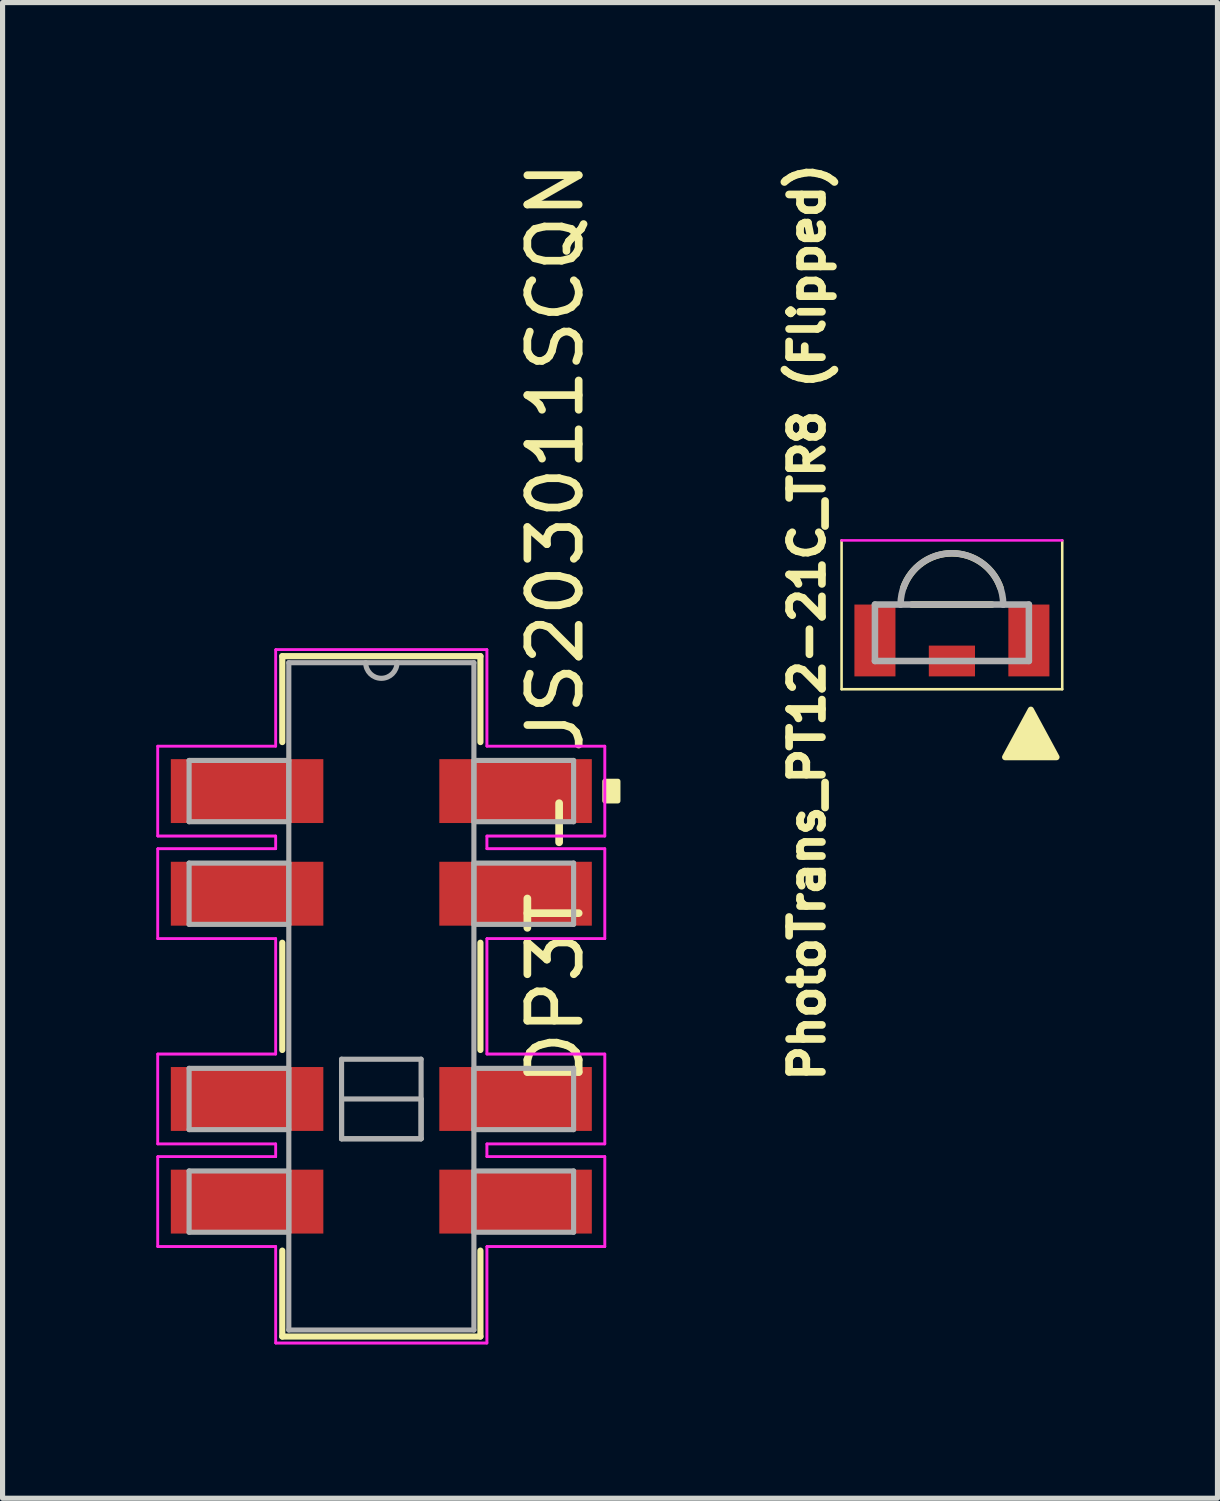
<source format=kicad_pcb>
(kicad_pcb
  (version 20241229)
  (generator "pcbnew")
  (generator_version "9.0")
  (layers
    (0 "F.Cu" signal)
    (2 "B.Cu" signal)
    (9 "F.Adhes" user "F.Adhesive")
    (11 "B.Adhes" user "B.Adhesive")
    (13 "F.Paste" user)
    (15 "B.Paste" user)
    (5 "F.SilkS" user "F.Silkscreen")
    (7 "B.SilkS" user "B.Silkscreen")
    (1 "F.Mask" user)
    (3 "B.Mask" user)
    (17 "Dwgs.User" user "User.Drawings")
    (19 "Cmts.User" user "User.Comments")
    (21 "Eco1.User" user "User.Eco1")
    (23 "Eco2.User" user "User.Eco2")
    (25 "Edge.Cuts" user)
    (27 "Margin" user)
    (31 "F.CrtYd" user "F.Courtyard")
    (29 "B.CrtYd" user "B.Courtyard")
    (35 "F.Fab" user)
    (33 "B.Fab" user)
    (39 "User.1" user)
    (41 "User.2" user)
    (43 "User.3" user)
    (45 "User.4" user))
  (footprint "PhotoTrans_PT12-21C_TR8 (Flipped)"
    (layer "F.Cu")
    (at 16.7 9.431)
    (property "Reference" "PhotoTrans_PT12-21C_TR8 (Flipped)" (at -4.021 -0.356 270) (layer "F.SilkS") (effects (font (size 0.64 0.64) (thickness 0.15))))
    (attr through_hole)
    (fp_line (start -3.35 0.95) (end -3.35 -1.95) (stroke (width 0.05) (type solid)) (layer "F.SilkS"))
    (fp_line (start -1.98 -0.7) (end -0.42 -0.7) (stroke (width 0.127) (type solid)) (layer "F.SilkS"))
    (fp_line (start 0.95 -1.95) (end 0.95 0.95) (stroke (width 0.05) (type solid)) (layer "F.SilkS"))
    (fp_line (start 0.95 0.95) (end -3.35 0.95) (stroke (width 0.05) (type solid)) (layer "F.SilkS"))
    (fp_arc (start -2.145 -1.03) (mid -1.2 -1.69786) (end -0.255 -1.03) (stroke (width 0.127) (type solid)) (layer "F.SilkS"))
    (fp_poly (pts (xy -0.163 2.274) (xy 0.838 2.274) (xy 0.338 1.349)) (stroke (width 0.12) (type solid)) (fill yes) (layer "F.SilkS"))
    (fp_line (start -3.35 -1.95) (end 0.95 -1.95) (stroke (width 0.05) (type solid)) (layer "F.CrtYd"))
    (fp_line (start -2.7 -0.7) (end -2.2 -0.7) (stroke (width 0.127) (type solid)) (layer "F.Fab"))
    (fp_line (start -2.7 0.4) (end -2.7 -0.7) (stroke (width 0.127) (type solid)) (layer "F.Fab"))
    (fp_line (start -2.2 -0.7) (end -0.2 -0.7) (stroke (width 0.127) (type solid)) (layer "F.Fab"))
    (fp_line (start -0.2 -0.7) (end 0.3 -0.7) (stroke (width 0.127) (type solid)) (layer "F.Fab"))
    (fp_line (start 0.3 -0.7) (end 0.3 0.4) (stroke (width 0.127) (type solid)) (layer "F.Fab"))
    (fp_line (start 0.3 0.4) (end -2.7 0.4) (stroke (width 0.127) (type solid)) (layer "F.Fab"))
    (fp_arc (start -2.2 -0.7) (mid -1.2 -1.7) (end -0.2 -0.7) (stroke (width 0.127) (type solid)) (layer "F.Fab"))
    (pad "C" smd rect (at 0.3 0) (size 0.8 1.4) (layers "F.Cu" "F.Mask" "F.Paste"))
    (pad "E" smd rect (at -2.7 0) (size 0.8 1.4) (layers "F.Cu" "F.Mask" "F.Paste"))
    (pad "P1" smd rect (at -1.2 0.4) (size 0.9 0.6) (layers "F.Cu" "F.Mask" "F.Paste")))
  (footprint "DP3T - JS203011SCQN"
    (layer "F.Cu")
    (at 1.765 12.366)
    (property "Reference" "DP3T - JS203011SCQN" (at 6.007 -3.264 90) (layer "F.SilkS") (effects (font (size 1 1) (thickness 0.15))))
    (attr through_hole)
    (fp_line (start 0.686 -2.629) (end 0.686 -0.955) (stroke (width 0.12) (type solid)) (layer "F.SilkS"))
    (fp_line (start 0.686 2.955) (end 0.686 5.045) (stroke (width 0.12) (type solid)) (layer "F.SilkS"))
    (fp_line (start 0.686 8.955) (end 0.686 10.629) (stroke (width 0.12) (type solid)) (layer "F.SilkS"))
    (fp_line (start 0.686 10.629) (end 4.547 10.629) (stroke (width 0.12) (type solid)) (layer "F.SilkS"))
    (fp_line (start 4.547 -2.629) (end 0.686 -2.629) (stroke (width 0.12) (type solid)) (layer "F.SilkS"))
    (fp_line (start 4.547 -0.955) (end 4.547 -2.629) (stroke (width 0.12) (type solid)) (layer "F.SilkS"))
    (fp_line (start 4.547 5.045) (end 4.547 2.955) (stroke (width 0.12) (type solid)) (layer "F.SilkS"))
    (fp_line (start 4.547 10.629) (end 4.547 8.955) (stroke (width 0.12) (type solid)) (layer "F.SilkS"))
    (fp_poly (pts (xy 7.226 -0.191) (xy 7.226 0.191) (xy 6.972 0.191) (xy 6.972 -0.191)) (stroke (width 0.1) (type solid)) (fill yes) (layer "F.SilkS"))
    (fp_line (start -1.74 -0.876) (end -1.74 0.876) (stroke (width 0.05) (type solid)) (layer "F.CrtYd"))
    (fp_line (start -1.74 -0.876) (end -1.74 0.876) (stroke (width 0.05) (type solid)) (layer "F.CrtYd"))
    (fp_line (start -1.74 0.876) (end 0.559 0.876) (stroke (width 0.05) (type solid)) (layer "F.CrtYd"))
    (fp_line (start -1.74 0.876) (end 0.559 0.876) (stroke (width 0.05) (type solid)) (layer "F.CrtYd"))
    (fp_line (start -1.74 1.124) (end -1.74 2.876) (stroke (width 0.05) (type solid)) (layer "F.CrtYd"))
    (fp_line (start -1.74 1.124) (end -1.74 2.876) (stroke (width 0.05) (type solid)) (layer "F.CrtYd"))
    (fp_line (start -1.74 2.876) (end 0.559 2.876) (stroke (width 0.05) (type solid)) (layer "F.CrtYd"))
    (fp_line (start -1.74 2.876) (end 0.559 2.876) (stroke (width 0.05) (type solid)) (layer "F.CrtYd"))
    (fp_line (start -1.74 5.124) (end -1.74 6.876) (stroke (width 0.05) (type solid)) (layer "F.CrtYd"))
    (fp_line (start -1.74 5.124) (end -1.74 6.876) (stroke (width 0.05) (type solid)) (layer "F.CrtYd"))
    (fp_line (start -1.74 6.876) (end 0.559 6.876) (stroke (width 0.05) (type solid)) (layer "F.CrtYd"))
    (fp_line (start -1.74 6.876) (end 0.559 6.876) (stroke (width 0.05) (type solid)) (layer "F.CrtYd"))
    (fp_line (start -1.74 7.124) (end -1.74 8.876) (stroke (width 0.05) (type solid)) (layer "F.CrtYd"))
    (fp_line (start -1.74 7.124) (end -1.74 8.876) (stroke (width 0.05) (type solid)) (layer "F.CrtYd"))
    (fp_line (start -1.74 8.876) (end 0.559 8.876) (stroke (width 0.05) (type solid)) (layer "F.CrtYd"))
    (fp_line (start -1.74 8.876) (end 0.559 8.876) (stroke (width 0.05) (type solid)) (layer "F.CrtYd"))
    (fp_line (start 0.559 -2.756) (end 0.559 -0.876) (stroke (width 0.05) (type solid)) (layer "F.CrtYd"))
    (fp_line (start 0.559 -2.756) (end 0.559 -0.876) (stroke (width 0.05) (type solid)) (layer "F.CrtYd"))
    (fp_line (start 0.559 -0.876) (end -1.74 -0.876) (stroke (width 0.05) (type solid)) (layer "F.CrtYd"))
    (fp_line (start 0.559 -0.876) (end -1.74 -0.876) (stroke (width 0.05) (type solid)) (layer "F.CrtYd"))
    (fp_line (start 0.559 0.876) (end 0.559 1.124) (stroke (width 0.05) (type solid)) (layer "F.CrtYd"))
    (fp_line (start 0.559 0.876) (end 0.559 1.124) (stroke (width 0.05) (type solid)) (layer "F.CrtYd"))
    (fp_line (start 0.559 1.124) (end -1.74 1.124) (stroke (width 0.05) (type solid)) (layer "F.CrtYd"))
    (fp_line (start 0.559 1.124) (end -1.74 1.124) (stroke (width 0.05) (type solid)) (layer "F.CrtYd"))
    (fp_line (start 0.559 2.876) (end 0.559 5.124) (stroke (width 0.05) (type solid)) (layer "F.CrtYd"))
    (fp_line (start 0.559 2.876) (end 0.559 5.124) (stroke (width 0.05) (type solid)) (layer "F.CrtYd"))
    (fp_line (start 0.559 5.124) (end -1.74 5.124) (stroke (width 0.05) (type solid)) (layer "F.CrtYd"))
    (fp_line (start 0.559 5.124) (end -1.74 5.124) (stroke (width 0.05) (type solid)) (layer "F.CrtYd"))
    (fp_line (start 0.559 6.876) (end 0.559 7.124) (stroke (width 0.05) (type solid)) (layer "F.CrtYd"))
    (fp_line (start 0.559 6.876) (end 0.559 7.124) (stroke (width 0.05) (type solid)) (layer "F.CrtYd"))
    (fp_line (start 0.559 7.124) (end -1.74 7.124) (stroke (width 0.05) (type solid)) (layer "F.CrtYd"))
    (fp_line (start 0.559 7.124) (end -1.74 7.124) (stroke (width 0.05) (type solid)) (layer "F.CrtYd"))
    (fp_line (start 0.559 8.876) (end 0.559 10.756) (stroke (width 0.05) (type solid)) (layer "F.CrtYd"))
    (fp_line (start 0.559 8.876) (end 0.559 10.756) (stroke (width 0.05) (type solid)) (layer "F.CrtYd"))
    (fp_line (start 0.559 10.756) (end 4.674 10.756) (stroke (width 0.05) (type solid)) (layer "F.CrtYd"))
    (fp_line (start 0.559 10.756) (end 4.674 10.756) (stroke (width 0.05) (type solid)) (layer "F.CrtYd"))
    (fp_line (start 4.674 -2.756) (end 0.559 -2.756) (stroke (width 0.05) (type solid)) (layer "F.CrtYd"))
    (fp_line (start 4.674 -2.756) (end 0.559 -2.756) (stroke (width 0.05) (type solid)) (layer "F.CrtYd"))
    (fp_line (start 4.674 -0.876) (end 4.674 -2.756) (stroke (width 0.05) (type solid)) (layer "F.CrtYd"))
    (fp_line (start 4.674 -0.876) (end 4.674 -2.756) (stroke (width 0.05) (type solid)) (layer "F.CrtYd"))
    (fp_line (start 4.674 0.876) (end 6.972 0.876) (stroke (width 0.05) (type solid)) (layer "F.CrtYd"))
    (fp_line (start 4.674 0.876) (end 6.972 0.876) (stroke (width 0.05) (type solid)) (layer "F.CrtYd"))
    (fp_line (start 4.674 1.124) (end 4.674 0.876) (stroke (width 0.05) (type solid)) (layer "F.CrtYd"))
    (fp_line (start 4.674 1.124) (end 4.674 0.876) (stroke (width 0.05) (type solid)) (layer "F.CrtYd"))
    (fp_line (start 4.674 2.876) (end 6.972 2.876) (stroke (width 0.05) (type solid)) (layer "F.CrtYd"))
    (fp_line (start 4.674 2.876) (end 6.972 2.876) (stroke (width 0.05) (type solid)) (layer "F.CrtYd"))
    (fp_line (start 4.674 5.124) (end 4.674 2.876) (stroke (width 0.05) (type solid)) (layer "F.CrtYd"))
    (fp_line (start 4.674 5.124) (end 4.674 2.876) (stroke (width 0.05) (type solid)) (layer "F.CrtYd"))
    (fp_line (start 4.674 6.876) (end 6.972 6.876) (stroke (width 0.05) (type solid)) (layer "F.CrtYd"))
    (fp_line (start 4.674 6.876) (end 6.972 6.876) (stroke (width 0.05) (type solid)) (layer "F.CrtYd"))
    (fp_line (start 4.674 7.124) (end 4.674 6.876) (stroke (width 0.05) (type solid)) (layer "F.CrtYd"))
    (fp_line (start 4.674 7.124) (end 4.674 6.876) (stroke (width 0.05) (type solid)) (layer "F.CrtYd"))
    (fp_line (start 4.674 8.876) (end 6.972 8.876) (stroke (width 0.05) (type solid)) (layer "F.CrtYd"))
    (fp_line (start 4.674 8.876) (end 6.972 8.876) (stroke (width 0.05) (type solid)) (layer "F.CrtYd"))
    (fp_line (start 4.674 10.756) (end 4.674 8.876) (stroke (width 0.05) (type solid)) (layer "F.CrtYd"))
    (fp_line (start 4.674 10.756) (end 4.674 8.876) (stroke (width 0.05) (type solid)) (layer "F.CrtYd"))
    (fp_line (start 6.972 -0.876) (end 4.674 -0.876) (stroke (width 0.05) (type solid)) (layer "F.CrtYd"))
    (fp_line (start 6.972 -0.876) (end 4.674 -0.876) (stroke (width 0.05) (type solid)) (layer "F.CrtYd"))
    (fp_line (start 6.972 0.876) (end 6.972 -0.876) (stroke (width 0.05) (type solid)) (layer "F.CrtYd"))
    (fp_line (start 6.972 0.876) (end 6.972 -0.876) (stroke (width 0.05) (type solid)) (layer "F.CrtYd"))
    (fp_line (start 6.972 1.124) (end 4.674 1.124) (stroke (width 0.05) (type solid)) (layer "F.CrtYd"))
    (fp_line (start 6.972 1.124) (end 4.674 1.124) (stroke (width 0.05) (type solid)) (layer "F.CrtYd"))
    (fp_line (start 6.972 2.876) (end 6.972 1.124) (stroke (width 0.05) (type solid)) (layer "F.CrtYd"))
    (fp_line (start 6.972 2.876) (end 6.972 1.124) (stroke (width 0.05) (type solid)) (layer "F.CrtYd"))
    (fp_line (start 6.972 5.124) (end 4.674 5.124) (stroke (width 0.05) (type solid)) (layer "F.CrtYd"))
    (fp_line (start 6.972 5.124) (end 4.674 5.124) (stroke (width 0.05) (type solid)) (layer "F.CrtYd"))
    (fp_line (start 6.972 6.876) (end 6.972 5.124) (stroke (width 0.05) (type solid)) (layer "F.CrtYd"))
    (fp_line (start 6.972 6.876) (end 6.972 5.124) (stroke (width 0.05) (type solid)) (layer "F.CrtYd"))
    (fp_line (start 6.972 7.124) (end 4.674 7.124) (stroke (width 0.05) (type solid)) (layer "F.CrtYd"))
    (fp_line (start 6.972 7.124) (end 4.674 7.124) (stroke (width 0.05) (type solid)) (layer "F.CrtYd"))
    (fp_line (start 6.972 8.876) (end 6.972 7.124) (stroke (width 0.05) (type solid)) (layer "F.CrtYd"))
    (fp_line (start 6.972 8.876) (end 6.972 7.124) (stroke (width 0.05) (type solid)) (layer "F.CrtYd"))
    (fp_line (start -1.13 -0.597) (end -1.13 0.597) (stroke (width 0.1) (type solid)) (layer "F.Fab"))
    (fp_line (start -1.13 0.597) (end 0.813 0.597) (stroke (width 0.1) (type solid)) (layer "F.Fab"))
    (fp_line (start -1.13 1.403) (end -1.13 2.597) (stroke (width 0.1) (type solid)) (layer "F.Fab"))
    (fp_line (start -1.13 2.597) (end 0.813 2.597) (stroke (width 0.1) (type solid)) (layer "F.Fab"))
    (fp_line (start -1.13 5.403) (end -1.13 6.597) (stroke (width 0.1) (type solid)) (layer "F.Fab"))
    (fp_line (start -1.13 6.597) (end 0.813 6.597) (stroke (width 0.1) (type solid)) (layer "F.Fab"))
    (fp_line (start -1.13 7.403) (end -1.13 8.597) (stroke (width 0.1) (type solid)) (layer "F.Fab"))
    (fp_line (start -1.13 8.597) (end 0.813 8.597) (stroke (width 0.1) (type solid)) (layer "F.Fab"))
    (fp_line (start 0.813 -2.502) (end 0.813 10.502) (stroke (width 0.1) (type solid)) (layer "F.Fab"))
    (fp_line (start 0.813 -0.597) (end -1.13 -0.597) (stroke (width 0.1) (type solid)) (layer "F.Fab"))
    (fp_line (start 0.813 0.597) (end 0.813 -0.597) (stroke (width 0.1) (type solid)) (layer "F.Fab"))
    (fp_line (start 0.813 1.403) (end -1.13 1.403) (stroke (width 0.1) (type solid)) (layer "F.Fab"))
    (fp_line (start 0.813 2.597) (end 0.813 1.403) (stroke (width 0.1) (type solid)) (layer "F.Fab"))
    (fp_line (start 0.813 5.403) (end -1.13 5.403) (stroke (width 0.1) (type solid)) (layer "F.Fab"))
    (fp_line (start 0.813 6.597) (end 0.813 5.403) (stroke (width 0.1) (type solid)) (layer "F.Fab"))
    (fp_line (start 0.813 7.403) (end -1.13 7.403) (stroke (width 0.1) (type solid)) (layer "F.Fab"))
    (fp_line (start 0.813 8.597) (end 0.813 7.403) (stroke (width 0.1) (type solid)) (layer "F.Fab"))
    (fp_line (start 0.813 10.502) (end 4.42 10.502) (stroke (width 0.1) (type solid)) (layer "F.Fab"))
    (fp_line (start 1.841 5.225) (end 3.391 5.225) (stroke (width 0.1) (type solid)) (layer "F.Fab"))
    (fp_line (start 1.841 6) (end 3.391 6) (stroke (width 0.1) (type solid)) (layer "F.Fab"))
    (fp_line (start 1.841 6.775) (end 1.841 5.225) (stroke (width 0.1) (type solid)) (layer "F.Fab"))
    (fp_line (start 1.841 6.775) (end 1.841 6) (stroke (width 0.1) (type solid)) (layer "F.Fab"))
    (fp_line (start 3.391 5.225) (end 3.391 6.775) (stroke (width 0.1) (type solid)) (layer "F.Fab"))
    (fp_line (start 3.391 6) (end 3.391 6.775) (stroke (width 0.1) (type solid)) (layer "F.Fab"))
    (fp_line (start 3.391 6.775) (end 1.841 6.775) (stroke (width 0.1) (type solid)) (layer "F.Fab"))
    (fp_line (start 3.391 6.775) (end 1.841 6.775) (stroke (width 0.1) (type solid)) (layer "F.Fab"))
    (fp_line (start 4.42 -2.502) (end 0.813 -2.502) (stroke (width 0.1) (type solid)) (layer "F.Fab"))
    (fp_line (start 4.42 -0.597) (end 4.42 0.597) (stroke (width 0.1) (type solid)) (layer "F.Fab"))
    (fp_line (start 4.42 0.597) (end 6.363 0.597) (stroke (width 0.1) (type solid)) (layer "F.Fab"))
    (fp_line (start 4.42 1.403) (end 4.42 2.597) (stroke (width 0.1) (type solid)) (layer "F.Fab"))
    (fp_line (start 4.42 2.597) (end 6.363 2.597) (stroke (width 0.1) (type solid)) (layer "F.Fab"))
    (fp_line (start 4.42 5.403) (end 4.42 6.597) (stroke (width 0.1) (type solid)) (layer "F.Fab"))
    (fp_line (start 4.42 6.597) (end 6.363 6.597) (stroke (width 0.1) (type solid)) (layer "F.Fab"))
    (fp_line (start 4.42 7.403) (end 4.42 8.597) (stroke (width 0.1) (type solid)) (layer "F.Fab"))
    (fp_line (start 4.42 8.597) (end 6.363 8.597) (stroke (width 0.1) (type solid)) (layer "F.Fab"))
    (fp_line (start 4.42 10.502) (end 4.42 -2.502) (stroke (width 0.1) (type solid)) (layer "F.Fab"))
    (fp_line (start 6.363 -0.597) (end 4.42 -0.597) (stroke (width 0.1) (type solid)) (layer "F.Fab"))
    (fp_line (start 6.363 0.597) (end 6.363 -0.597) (stroke (width 0.1) (type solid)) (layer "F.Fab"))
    (fp_line (start 6.363 1.403) (end 4.42 1.403) (stroke (width 0.1) (type solid)) (layer "F.Fab"))
    (fp_line (start 6.363 2.597) (end 6.363 1.403) (stroke (width 0.1) (type solid)) (layer "F.Fab"))
    (fp_line (start 6.363 5.403) (end 4.42 5.403) (stroke (width 0.1) (type solid)) (layer "F.Fab"))
    (fp_line (start 6.363 6.597) (end 6.363 5.403) (stroke (width 0.1) (type solid)) (layer "F.Fab"))
    (fp_line (start 6.363 7.403) (end 4.42 7.403) (stroke (width 0.1) (type solid)) (layer "F.Fab"))
    (fp_line (start 6.363 8.597) (end 6.363 7.403) (stroke (width 0.1) (type solid)) (layer "F.Fab"))
    (fp_arc (start 2.921 -2.5024) (mid 2.6162 -2.1976) (end 2.3114 -2.5024) (stroke (width 0.1) (type solid)) (layer "F.Fab"))
    (pad "1" smd rect (at 0 0) (size 2.972 1.245) (layers "F.Cu" "F.Mask" "F.Paste"))
    (pad "2" smd rect (at 0 2) (size 2.972 1.245) (layers "F.Cu" "F.Mask" "F.Paste"))
    (pad "3" smd rect (at 0 6) (size 2.972 1.245) (layers "F.Cu" "F.Mask" "F.Paste"))
    (pad "4" smd rect (at 0 8) (size 2.972 1.245) (layers "F.Cu" "F.Mask" "F.Paste"))
    (pad "5" smd rect (at 5.232 0) (size 2.972 1.245) (layers "F.Cu" "F.Mask" "F.Paste"))
    (pad "6" smd rect (at 5.232 2) (size 2.972 1.245) (layers "F.Cu" "F.Mask" "F.Paste"))
    (pad "7" smd rect (at 5.232 6) (size 2.972 1.245) (layers "F.Cu" "F.Mask" "F.Paste"))
    (pad "8" smd rect (at 5.232 8) (size 2.972 1.245) (layers "F.Cu" "F.Mask" "F.Paste")))
  (gr_rect
    (start -3 -3)
    (end 20.675 26.147)
    (stroke (width 0.1) (type default))
    (fill no)
    (layer "Edge.Cuts")))
</source>
